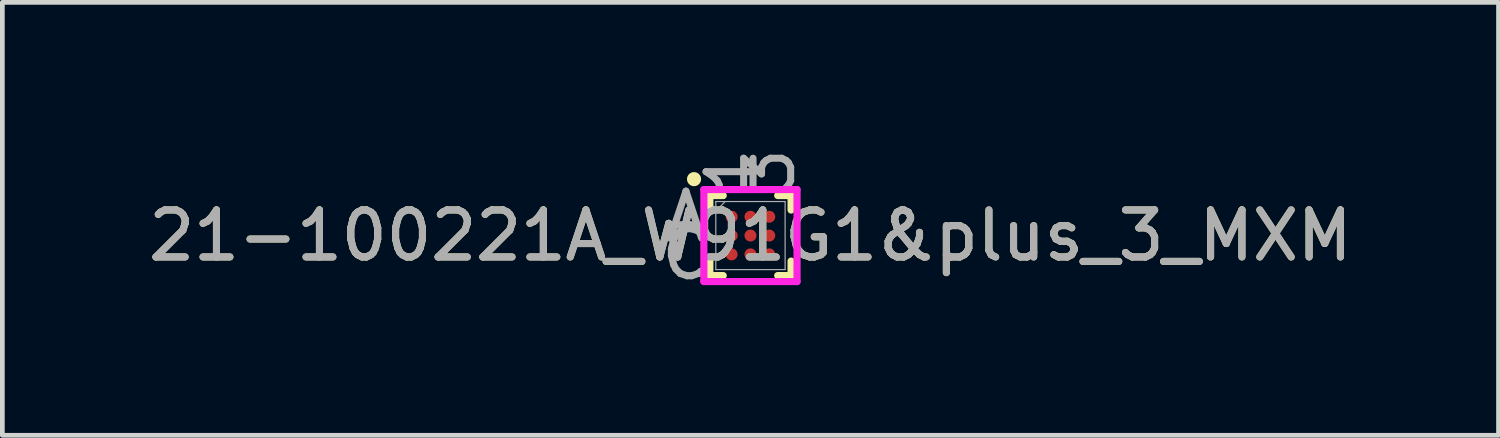
<source format=kicad_pcb>
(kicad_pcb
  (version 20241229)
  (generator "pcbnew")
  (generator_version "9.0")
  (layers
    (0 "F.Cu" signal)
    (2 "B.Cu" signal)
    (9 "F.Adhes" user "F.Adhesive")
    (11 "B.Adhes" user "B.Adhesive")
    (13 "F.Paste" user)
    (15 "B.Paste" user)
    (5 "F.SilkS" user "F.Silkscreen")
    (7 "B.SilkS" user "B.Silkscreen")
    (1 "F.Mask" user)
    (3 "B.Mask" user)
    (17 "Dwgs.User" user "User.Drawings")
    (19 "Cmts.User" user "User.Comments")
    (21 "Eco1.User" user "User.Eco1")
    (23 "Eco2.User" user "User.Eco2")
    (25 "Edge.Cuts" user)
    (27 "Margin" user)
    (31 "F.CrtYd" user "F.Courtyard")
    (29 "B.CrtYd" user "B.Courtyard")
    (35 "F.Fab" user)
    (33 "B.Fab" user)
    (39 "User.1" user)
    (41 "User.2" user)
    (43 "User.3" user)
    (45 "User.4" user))
  (footprint "21-100221A_W91G1&plus_3_MXM"
    (layer "F.Cu")
    (at 12.911 1.96)
    (property "Reference" "21-100221A_W91G1&plus_3_MXM" (at 0 0 0) (unlocked yes) (layer "F.SilkS") (effects (font (size 1 1) (thickness 0.15))))
    (attr smd)
    (fp_line (start -0.864 -0.851) (end -0.864 -0.543) (stroke (width 0.152) (type solid)) (layer "F.SilkS"))
    (fp_line (start -0.864 0.543) (end -0.864 0.851) (stroke (width 0.152) (type solid)) (layer "F.SilkS"))
    (fp_line (start -0.864 0.851) (end -0.579 0.851) (stroke (width 0.152) (type solid)) (layer "F.SilkS"))
    (fp_line (start -0.579 -0.851) (end -0.864 -0.851) (stroke (width 0.152) (type solid)) (layer "F.SilkS"))
    (fp_line (start 0.579 0.851) (end 0.864 0.851) (stroke (width 0.152) (type solid)) (layer "F.SilkS"))
    (fp_line (start 0.864 -0.851) (end 0.579 -0.851) (stroke (width 0.152) (type solid)) (layer "F.SilkS"))
    (fp_line (start 0.864 -0.543) (end 0.864 -0.851) (stroke (width 0.152) (type solid)) (layer "F.SilkS"))
    (fp_line (start 0.864 0.851) (end 0.864 0.543) (stroke (width 0.152) (type solid)) (layer "F.SilkS"))
    (fp_circle (center -1.2 -1.2) (end -1.1 -1.2) (stroke (width 0.1) (type solid)) (fill yes) (layer "F.SilkS"))
    (fp_poly (pts (xy -1.044 -1.044) (xy 1.044 -1.044) (xy 1.044 1.044) (xy -1.044 1.044)) (stroke (width 0.1) (type solid)) (fill no) (layer "Eco2.User"))
    (fp_line (start -0.991 -0.978) (end 0.991 -0.978) (stroke (width 0.152) (type solid)) (layer "F.CrtYd"))
    (fp_line (start -0.991 0.978) (end -0.991 -0.978) (stroke (width 0.152) (type solid)) (layer "F.CrtYd"))
    (fp_line (start 0.991 -0.978) (end 0.991 0.978) (stroke (width 0.152) (type solid)) (layer "F.CrtYd"))
    (fp_line (start 0.991 0.978) (end -0.991 0.978) (stroke (width 0.152) (type solid)) (layer "F.CrtYd"))
    (fp_line (start -0.737 -0.724) (end -0.737 0.724) (stroke (width 0.025) (type solid)) (layer "F.Fab"))
    (fp_line (start -0.737 0.724) (end 0.737 0.724) (stroke (width 0.025) (type solid)) (layer "F.Fab"))
    (fp_line (start -0.537 -0.724) (end -0.737 -0.524) (stroke (width 0.025) (type solid)) (layer "F.Fab"))
    (fp_line (start 0.737 -0.724) (end -0.737 -0.724) (stroke (width 0.025) (type solid)) (layer "F.Fab"))
    (fp_line (start 0.737 0.724) (end 0.737 -0.724) (stroke (width 0.025) (type solid)) (layer "F.Fab"))
    (fp_text user "3" (at 0.4 -1.359 90) (unlocked yes) (layer "F.Fab") (effects (font (size 1 1) (thickness 0.15))))
    (fp_text user "1" (at -0.4 -1.359 90) (unlocked yes) (layer "F.Fab") (effects (font (size 1 1) (thickness 0.15))))
    (fp_text user "A" (at -1.372 -0.4 0) (unlocked yes) (layer "F.Fab") (effects (font (size 1 1) (thickness 0.15))))
    (fp_text user "C" (at -1.372 0.4 0) (unlocked yes) (layer "F.Fab") (effects (font (size 1 1) (thickness 0.15))))
    (fp_text user "${REFERENCE}" (at 0 0 0) (unlocked yes) (layer "F.Fab") (effects (font (size 1 1) (thickness 0.15))))
    (pad "A1" smd circle (at -0.4 -0.4) (size 0.254 0.254) (layers "F.Cu" "F.Mask" "F.Paste"))
    (pad "A2" smd circle (at 0 -0.4) (size 0.254 0.254) (layers "F.Cu" "F.Mask" "F.Paste"))
    (pad "A3" smd circle (at 0.4 -0.4) (size 0.254 0.254) (layers "F.Cu" "F.Mask" "F.Paste"))
    (pad "B1" smd circle (at -0.4 0) (size 0.254 0.254) (layers "F.Cu" "F.Mask" "F.Paste"))
    (pad "B2" smd circle (at 0 0) (size 0.254 0.254) (layers "F.Cu" "F.Mask" "F.Paste"))
    (pad "B3" smd circle (at 0.4 0) (size 0.254 0.254) (layers "F.Cu" "F.Mask" "F.Paste"))
    (pad "C1" smd circle (at -0.4 0.4) (size 0.254 0.254) (layers "F.Cu" "F.Mask" "F.Paste"))
    (pad "C2" smd circle (at 0 0.4) (size 0.254 0.254) (layers "F.Cu" "F.Mask" "F.Paste"))
    (pad "C3" smd circle (at 0.4 0.4) (size 0.254 0.254) (layers "F.Cu" "F.Mask" "F.Paste")))
  (gr_rect
    (start -3 -3)
    (end 28.821 6.208)
    (stroke (width 0.1) (type default))
    (fill no)
    (layer "Edge.Cuts")))
</source>
